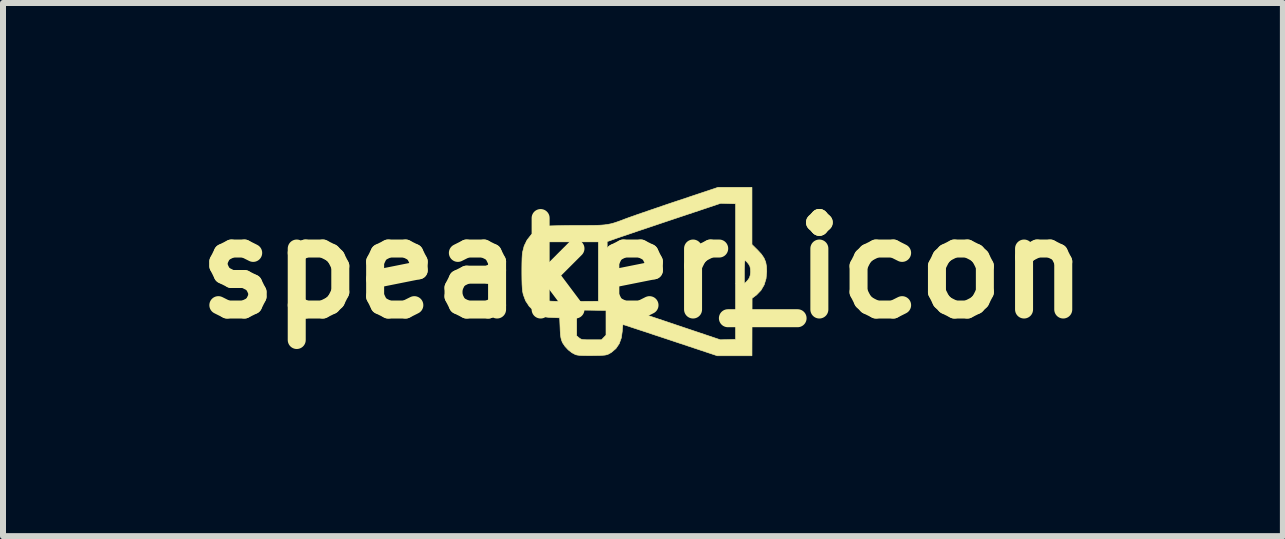
<source format=kicad_pcb>
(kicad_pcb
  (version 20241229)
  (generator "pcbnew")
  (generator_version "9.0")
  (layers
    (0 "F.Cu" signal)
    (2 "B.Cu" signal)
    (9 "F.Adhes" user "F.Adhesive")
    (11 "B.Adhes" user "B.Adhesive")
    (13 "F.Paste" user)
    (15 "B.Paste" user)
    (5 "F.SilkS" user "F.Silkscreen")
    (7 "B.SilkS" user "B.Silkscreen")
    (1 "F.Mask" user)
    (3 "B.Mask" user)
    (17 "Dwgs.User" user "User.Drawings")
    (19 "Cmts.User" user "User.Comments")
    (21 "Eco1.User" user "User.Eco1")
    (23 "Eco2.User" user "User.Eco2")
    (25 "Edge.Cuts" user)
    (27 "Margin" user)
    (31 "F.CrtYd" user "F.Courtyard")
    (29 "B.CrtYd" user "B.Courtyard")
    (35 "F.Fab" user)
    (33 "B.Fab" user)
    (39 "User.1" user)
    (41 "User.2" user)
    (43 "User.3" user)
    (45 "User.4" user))
  (footprint "speaker_icon"
    (layer "F.Cu")
    (at 7.664 1.418)
    (property "Reference" "speaker_icon" (at 0 0 0) (layer "F.SilkS") (effects (font (size 1.524 1.524) (thickness 0.3))))
    (attr through_hole)
    (fp_poly (pts (xy 1.816 -0.394) (xy 1.909 -0.302) (xy 1.973 -0.233) (xy 2.017 -0.168) (xy 2.045 -0.101) (xy 2.059 -0.024) (xy 2.062 0.057) (xy 2.051 0.175) (xy 2.019 0.279) (xy 1.966 0.37) (xy 1.893 0.446) (xy 1.87 0.463) (xy 1.818 0.502) (xy 1.816 1.46) (xy 1.238 1.46) (xy 0.457 1.2) (xy 0.322 1.155) (xy 0.194 1.113) (xy 0.076 1.073) (xy -0.032 1.038) (xy -0.126 1.007) (xy -0.205 0.981) (xy -0.267 0.96) (xy -0.309 0.947) (xy -0.33 0.94) (xy -0.332 0.94) (xy -0.336 0.952) (xy -0.34 0.983) (xy -0.344 1.028) (xy -0.345 1.051) (xy -0.361 1.163) (xy -0.396 1.259) (xy -0.451 1.34) (xy -0.526 1.404) (xy -0.562 1.425) (xy -0.583 1.436) (xy -0.605 1.443) (xy -0.633 1.449) (xy -0.669 1.452) (xy -0.72 1.455) (xy -0.788 1.456) (xy -0.845 1.457) (xy -0.934 1.457) (xy -1.002 1.456) (xy -1.053 1.454) (xy -1.091 1.449) (xy -1.119 1.443) (xy -1.127 1.44) (xy -1.185 1.409) (xy -1.245 1.362) (xy -1.298 1.305) (xy -1.338 1.246) (xy -1.346 1.229) (xy -1.359 1.194) (xy -1.368 1.157) (xy -1.372 1.128) (xy -1.105 1.128) (xy -1.066 1.161) (xy -1.049 1.174) (xy -1.032 1.183) (xy -1.01 1.189) (xy -0.978 1.192) (xy -0.93 1.194) (xy -0.863 1.194) (xy -0.859 1.194) (xy -0.691 1.194) (xy -0.653 1.155) (xy -0.616 1.116) (xy -0.616 0.705) (xy -0.86 0.701) (xy -1.105 0.698) (xy -1.105 1.128) (xy -1.372 1.128) (xy -1.375 1.11) (xy -1.379 1.048) (xy -1.381 0.995) (xy -1.388 0.828) (xy -1.511 0.823) (xy -1.573 0.82) (xy -1.619 0.814) (xy -1.658 0.803) (xy -1.699 0.786) (xy -1.718 0.777) (xy -1.816 0.716) (xy -1.895 0.637) (xy -1.956 0.544) (xy -1.995 0.439) (xy -2.006 0.385) (xy -2.011 0.336) (xy -2.015 0.268) (xy -2.017 0.187) (xy -2.018 0.097) (xy -2.018 0.005) (xy -2.017 -0.083) (xy -2.015 -0.162) (xy -2.011 -0.226) (xy -2.007 -0.262) (xy -1.74 -0.262) (xy -1.74 0.054) (xy -1.74 0.153) (xy -1.739 0.23) (xy -1.738 0.289) (xy -1.736 0.332) (xy -1.732 0.363) (xy -1.728 0.387) (xy -1.721 0.405) (xy -1.716 0.416) (xy -1.68 0.47) (xy -1.635 0.515) (xy -1.588 0.544) (xy -1.587 0.545) (xy -1.565 0.548) (xy -1.52 0.551) (xy -1.454 0.553) (xy -1.368 0.555) (xy -1.265 0.555) (xy -1.149 0.555) (xy -0.743 0.552) (xy -0.743 -0.438) (xy -1.568 -0.438) (xy -1.618 -0.408) (xy -1.654 -0.378) (xy -1.69 -0.338) (xy -1.703 -0.319) (xy -1.74 -0.262) (xy -2.007 -0.262) (xy -2.007 -0.263) (xy -1.979 -0.372) (xy -1.944 -0.442) (xy -0.597 -0.442) (xy -0.594 0.06) (xy -0.591 0.562) (xy 1.289 1.194) (xy 1.416 1.191) (xy 1.543 1.187) (xy 1.543 0.066) (xy 1.689 0.066) (xy 1.689 0.258) (xy 1.722 0.228) (xy 1.751 0.195) (xy 1.774 0.161) (xy 1.787 0.119) (xy 1.793 0.066) (xy 1.791 0.012) (xy 1.781 -0.032) (xy 1.778 -0.039) (xy 1.758 -0.071) (xy 1.733 -0.101) (xy 1.711 -0.122) (xy 1.7 -0.127) (xy 1.696 -0.115) (xy 1.693 -0.082) (xy 1.691 -0.032) (xy 1.689 0.03) (xy 1.689 0.066) (xy 1.543 0.066) (xy 1.543 -1.073) (xy 1.294 -1.08) (xy 0.453 -0.799) (xy 0.31 -0.751) (xy 0.171 -0.704) (xy 0.04 -0.66) (xy -0.083 -0.619) (xy -0.194 -0.581) (xy -0.291 -0.548) (xy -0.372 -0.521) (xy -0.436 -0.499) (xy -0.478 -0.484) (xy -0.492 -0.479) (xy -0.597 -0.442) (xy -1.944 -0.442) (xy -1.93 -0.47) (xy -1.862 -0.556) (xy -1.779 -0.625) (xy -1.682 -0.676) (xy -1.611 -0.698) (xy -1.585 -0.701) (xy -1.536 -0.704) (xy -1.467 -0.706) (xy -1.382 -0.708) (xy -1.284 -0.71) (xy -1.174 -0.711) (xy -1.098 -0.711) (xy -0.97 -0.711) (xy -0.864 -0.712) (xy -0.776 -0.713) (xy -0.702 -0.716) (xy -0.64 -0.721) (xy -0.585 -0.729) (xy -0.533 -0.739) (xy -0.482 -0.753) (xy -0.428 -0.771) (xy -0.366 -0.793) (xy -0.294 -0.821) (xy -0.279 -0.826) (xy -0.234 -0.843) (xy -0.168 -0.866) (xy -0.084 -0.896) (xy 0.016 -0.93) (xy 0.128 -0.969) (xy 0.249 -1.01) (xy 0.377 -1.054) (xy 0.508 -1.098) (xy 0.571 -1.119) (xy 1.25 -1.346) (xy 1.816 -1.346) (xy 1.816 -0.394)) (stroke (width 0.01) (type solid)) (fill yes) (layer "F.SilkS")))
  (gr_rect
    (start -3 -3)
    (end 18.327 5.884)
    (stroke (width 0.1) (type default))
    (fill no)
    (layer "Edge.Cuts")))
</source>
